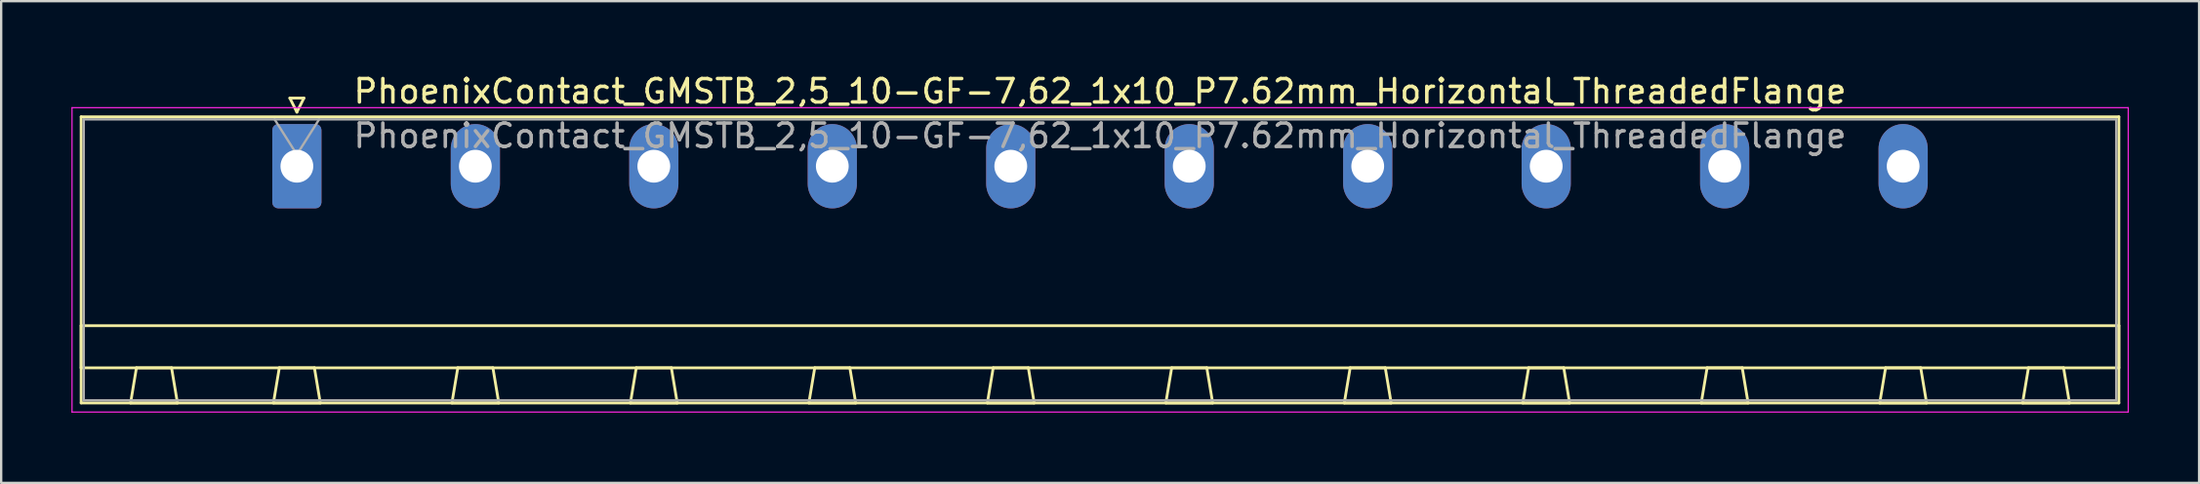
<source format=kicad_pcb>
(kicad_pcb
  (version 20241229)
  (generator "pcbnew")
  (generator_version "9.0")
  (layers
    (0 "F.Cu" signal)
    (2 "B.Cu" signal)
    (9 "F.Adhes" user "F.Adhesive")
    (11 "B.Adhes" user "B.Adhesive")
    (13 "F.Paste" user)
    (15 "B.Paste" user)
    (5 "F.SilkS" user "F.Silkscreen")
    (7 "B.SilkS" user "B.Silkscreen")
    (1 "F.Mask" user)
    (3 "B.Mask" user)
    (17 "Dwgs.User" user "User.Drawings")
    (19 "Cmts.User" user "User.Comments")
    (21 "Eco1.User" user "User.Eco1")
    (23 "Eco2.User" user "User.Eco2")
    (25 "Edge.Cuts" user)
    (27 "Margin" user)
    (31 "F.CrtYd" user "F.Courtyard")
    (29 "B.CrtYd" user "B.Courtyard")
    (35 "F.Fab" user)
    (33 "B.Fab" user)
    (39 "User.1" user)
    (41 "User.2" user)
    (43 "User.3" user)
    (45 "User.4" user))
  (footprint "PhoenixContact_GMSTB_2,5_10-GF-7,62_1x10_P7.62mm_Horizontal_ThreadedFlange"
    (layer "F.Cu")
    (at 9.625 4.048)
    (property "Reference" "PhoenixContact_GMSTB_2,5_10-GF-7,62_1x10_P7.62mm_Horizontal_ThreadedFlange" (at 34.29 -3.2 0) (layer "F.SilkS") (effects (font (size 1 1) (thickness 0.15))))
    (attr through_hole)
    (fp_line (start -9.21 -2.11) (end -9.21 10.11) (stroke (width 0.12) (type solid)) (layer "F.SilkS"))
    (fp_line (start -9.21 6.81) (end 77.79 6.81) (stroke (width 0.12) (type solid)) (layer "F.SilkS"))
    (fp_line (start -9.21 8.61) (end -9.21 6.81) (stroke (width 0.12) (type solid)) (layer "F.SilkS"))
    (fp_line (start -9.21 10.11) (end 77.79 10.11) (stroke (width 0.12) (type solid)) (layer "F.SilkS"))
    (fp_line (start -7.1 10.11) (end -5.1 10.11) (stroke (width 0.12) (type solid)) (layer "F.SilkS"))
    (fp_line (start -6.85 8.61) (end -7.1 10.11) (stroke (width 0.12) (type solid)) (layer "F.SilkS"))
    (fp_line (start -5.35 8.61) (end -6.85 8.61) (stroke (width 0.12) (type solid)) (layer "F.SilkS"))
    (fp_line (start -5.1 10.11) (end -5.35 8.61) (stroke (width 0.12) (type solid)) (layer "F.SilkS"))
    (fp_line (start -1 10.11) (end 1 10.11) (stroke (width 0.12) (type solid)) (layer "F.SilkS"))
    (fp_line (start -0.75 8.61) (end -1 10.11) (stroke (width 0.12) (type solid)) (layer "F.SilkS"))
    (fp_line (start -0.3 -2.91) (end 0.3 -2.91) (stroke (width 0.12) (type solid)) (layer "F.SilkS"))
    (fp_line (start 0 -2.31) (end -0.3 -2.91) (stroke (width 0.12) (type solid)) (layer "F.SilkS"))
    (fp_line (start 0.3 -2.91) (end 0 -2.31) (stroke (width 0.12) (type solid)) (layer "F.SilkS"))
    (fp_line (start 0.75 8.61) (end -0.75 8.61) (stroke (width 0.12) (type solid)) (layer "F.SilkS"))
    (fp_line (start 1 10.11) (end 0.75 8.61) (stroke (width 0.12) (type solid)) (layer "F.SilkS"))
    (fp_line (start 6.62 10.11) (end 8.62 10.11) (stroke (width 0.12) (type solid)) (layer "F.SilkS"))
    (fp_line (start 6.87 8.61) (end 6.62 10.11) (stroke (width 0.12) (type solid)) (layer "F.SilkS"))
    (fp_line (start 8.37 8.61) (end 6.87 8.61) (stroke (width 0.12) (type solid)) (layer "F.SilkS"))
    (fp_line (start 8.62 10.11) (end 8.37 8.61) (stroke (width 0.12) (type solid)) (layer "F.SilkS"))
    (fp_line (start 14.24 10.11) (end 16.24 10.11) (stroke (width 0.12) (type solid)) (layer "F.SilkS"))
    (fp_line (start 14.49 8.61) (end 14.24 10.11) (stroke (width 0.12) (type solid)) (layer "F.SilkS"))
    (fp_line (start 15.99 8.61) (end 14.49 8.61) (stroke (width 0.12) (type solid)) (layer "F.SilkS"))
    (fp_line (start 16.24 10.11) (end 15.99 8.61) (stroke (width 0.12) (type solid)) (layer "F.SilkS"))
    (fp_line (start 21.86 10.11) (end 23.86 10.11) (stroke (width 0.12) (type solid)) (layer "F.SilkS"))
    (fp_line (start 22.11 8.61) (end 21.86 10.11) (stroke (width 0.12) (type solid)) (layer "F.SilkS"))
    (fp_line (start 23.61 8.61) (end 22.11 8.61) (stroke (width 0.12) (type solid)) (layer "F.SilkS"))
    (fp_line (start 23.86 10.11) (end 23.61 8.61) (stroke (width 0.12) (type solid)) (layer "F.SilkS"))
    (fp_line (start 29.48 10.11) (end 31.48 10.11) (stroke (width 0.12) (type solid)) (layer "F.SilkS"))
    (fp_line (start 29.73 8.61) (end 29.48 10.11) (stroke (width 0.12) (type solid)) (layer "F.SilkS"))
    (fp_line (start 31.23 8.61) (end 29.73 8.61) (stroke (width 0.12) (type solid)) (layer "F.SilkS"))
    (fp_line (start 31.48 10.11) (end 31.23 8.61) (stroke (width 0.12) (type solid)) (layer "F.SilkS"))
    (fp_line (start 37.1 10.11) (end 39.1 10.11) (stroke (width 0.12) (type solid)) (layer "F.SilkS"))
    (fp_line (start 37.35 8.61) (end 37.1 10.11) (stroke (width 0.12) (type solid)) (layer "F.SilkS"))
    (fp_line (start 38.85 8.61) (end 37.35 8.61) (stroke (width 0.12) (type solid)) (layer "F.SilkS"))
    (fp_line (start 39.1 10.11) (end 38.85 8.61) (stroke (width 0.12) (type solid)) (layer "F.SilkS"))
    (fp_line (start 44.72 10.11) (end 46.72 10.11) (stroke (width 0.12) (type solid)) (layer "F.SilkS"))
    (fp_line (start 44.97 8.61) (end 44.72 10.11) (stroke (width 0.12) (type solid)) (layer "F.SilkS"))
    (fp_line (start 46.47 8.61) (end 44.97 8.61) (stroke (width 0.12) (type solid)) (layer "F.SilkS"))
    (fp_line (start 46.72 10.11) (end 46.47 8.61) (stroke (width 0.12) (type solid)) (layer "F.SilkS"))
    (fp_line (start 52.34 10.11) (end 54.34 10.11) (stroke (width 0.12) (type solid)) (layer "F.SilkS"))
    (fp_line (start 52.59 8.61) (end 52.34 10.11) (stroke (width 0.12) (type solid)) (layer "F.SilkS"))
    (fp_line (start 54.09 8.61) (end 52.59 8.61) (stroke (width 0.12) (type solid)) (layer "F.SilkS"))
    (fp_line (start 54.34 10.11) (end 54.09 8.61) (stroke (width 0.12) (type solid)) (layer "F.SilkS"))
    (fp_line (start 59.96 10.11) (end 61.96 10.11) (stroke (width 0.12) (type solid)) (layer "F.SilkS"))
    (fp_line (start 60.21 8.61) (end 59.96 10.11) (stroke (width 0.12) (type solid)) (layer "F.SilkS"))
    (fp_line (start 61.71 8.61) (end 60.21 8.61) (stroke (width 0.12) (type solid)) (layer "F.SilkS"))
    (fp_line (start 61.96 10.11) (end 61.71 8.61) (stroke (width 0.12) (type solid)) (layer "F.SilkS"))
    (fp_line (start 67.58 10.11) (end 69.58 10.11) (stroke (width 0.12) (type solid)) (layer "F.SilkS"))
    (fp_line (start 67.83 8.61) (end 67.58 10.11) (stroke (width 0.12) (type solid)) (layer "F.SilkS"))
    (fp_line (start 69.33 8.61) (end 67.83 8.61) (stroke (width 0.12) (type solid)) (layer "F.SilkS"))
    (fp_line (start 69.58 10.11) (end 69.33 8.61) (stroke (width 0.12) (type solid)) (layer "F.SilkS"))
    (fp_line (start 73.68 10.11) (end 75.68 10.11) (stroke (width 0.12) (type solid)) (layer "F.SilkS"))
    (fp_line (start 73.93 8.61) (end 73.68 10.11) (stroke (width 0.12) (type solid)) (layer "F.SilkS"))
    (fp_line (start 75.43 8.61) (end 73.93 8.61) (stroke (width 0.12) (type solid)) (layer "F.SilkS"))
    (fp_line (start 75.68 10.11) (end 75.43 8.61) (stroke (width 0.12) (type solid)) (layer "F.SilkS"))
    (fp_line (start 77.79 -2.11) (end -9.21 -2.11) (stroke (width 0.12) (type solid)) (layer "F.SilkS"))
    (fp_line (start 77.79 6.81) (end 77.79 8.61) (stroke (width 0.12) (type solid)) (layer "F.SilkS"))
    (fp_line (start 77.79 8.61) (end -9.21 8.61) (stroke (width 0.12) (type solid)) (layer "F.SilkS"))
    (fp_line (start 77.79 10.11) (end 77.79 -2.11) (stroke (width 0.12) (type solid)) (layer "F.SilkS"))
    (fp_line (start -9.6 -2.5) (end -9.6 10.5) (stroke (width 0.05) (type solid)) (layer "F.CrtYd"))
    (fp_line (start -9.6 10.5) (end 78.19 10.5) (stroke (width 0.05) (type solid)) (layer "F.CrtYd"))
    (fp_line (start 78.19 -2.5) (end -9.6 -2.5) (stroke (width 0.05) (type solid)) (layer "F.CrtYd"))
    (fp_line (start 78.19 10.5) (end 78.19 -2.5) (stroke (width 0.05) (type solid)) (layer "F.CrtYd"))
    (fp_line (start -9.1 -2) (end -9.1 10) (stroke (width 0.1) (type solid)) (layer "F.Fab"))
    (fp_line (start -9.1 10) (end 77.68 10) (stroke (width 0.1) (type solid)) (layer "F.Fab"))
    (fp_line (start 0 -0.5) (end -0.95 -2) (stroke (width 0.1) (type solid)) (layer "F.Fab"))
    (fp_line (start 0.95 -2) (end 0 -0.5) (stroke (width 0.1) (type solid)) (layer "F.Fab"))
    (fp_line (start 77.68 -2) (end -9.1 -2) (stroke (width 0.1) (type solid)) (layer "F.Fab"))
    (fp_line (start 77.68 10) (end 77.68 -2) (stroke (width 0.1) (type solid)) (layer "F.Fab"))
    (fp_text user "${REFERENCE}" (at 34.29 -1.3 0) (layer "F.Fab") (effects (font (size 1 1) (thickness 0.15))))
    (pad "1" thru_hole roundrect (at 0 0) (size 2.1 3.6) (drill 1.4) (layers "*.Cu" "*.Mask") (roundrect_rratio 0.119))
    (pad "2" thru_hole oval (at 7.62 0) (size 2.1 3.6) (drill 1.4) (layers "*.Cu" "*.Mask"))
    (pad "3" thru_hole oval (at 15.24 0) (size 2.1 3.6) (drill 1.4) (layers "*.Cu" "*.Mask"))
    (pad "4" thru_hole oval (at 22.86 0) (size 2.1 3.6) (drill 1.4) (layers "*.Cu" "*.Mask"))
    (pad "5" thru_hole oval (at 30.48 0) (size 2.1 3.6) (drill 1.4) (layers "*.Cu" "*.Mask"))
    (pad "6" thru_hole oval (at 38.1 0) (size 2.1 3.6) (drill 1.4) (layers "*.Cu" "*.Mask"))
    (pad "7" thru_hole oval (at 45.72 0) (size 2.1 3.6) (drill 1.4) (layers "*.Cu" "*.Mask"))
    (pad "8" thru_hole oval (at 53.34 0) (size 2.1 3.6) (drill 1.4) (layers "*.Cu" "*.Mask"))
    (pad "9" thru_hole oval (at 60.96 0) (size 2.1 3.6) (drill 1.4) (layers "*.Cu" "*.Mask"))
    (pad "10" thru_hole oval (at 68.58 0) (size 2.1 3.6) (drill 1.4) (layers "*.Cu" "*.Mask")))
  (gr_rect
    (start -3 -3)
    (end 90.84 17.573)
    (stroke (width 0.1) (type default))
    (fill no)
    (layer "Edge.Cuts")))
</source>
